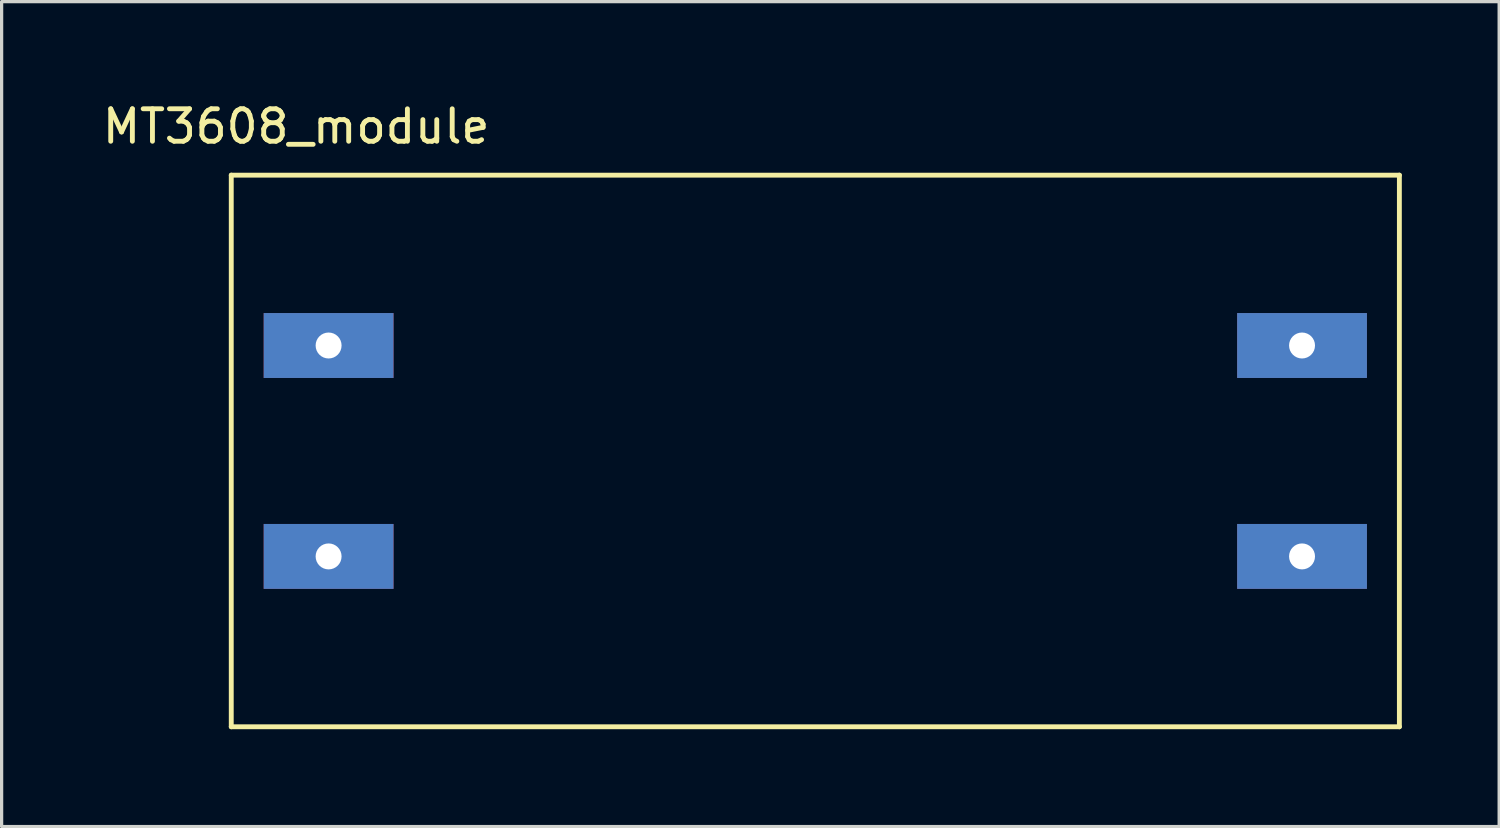
<source format=kicad_pcb>
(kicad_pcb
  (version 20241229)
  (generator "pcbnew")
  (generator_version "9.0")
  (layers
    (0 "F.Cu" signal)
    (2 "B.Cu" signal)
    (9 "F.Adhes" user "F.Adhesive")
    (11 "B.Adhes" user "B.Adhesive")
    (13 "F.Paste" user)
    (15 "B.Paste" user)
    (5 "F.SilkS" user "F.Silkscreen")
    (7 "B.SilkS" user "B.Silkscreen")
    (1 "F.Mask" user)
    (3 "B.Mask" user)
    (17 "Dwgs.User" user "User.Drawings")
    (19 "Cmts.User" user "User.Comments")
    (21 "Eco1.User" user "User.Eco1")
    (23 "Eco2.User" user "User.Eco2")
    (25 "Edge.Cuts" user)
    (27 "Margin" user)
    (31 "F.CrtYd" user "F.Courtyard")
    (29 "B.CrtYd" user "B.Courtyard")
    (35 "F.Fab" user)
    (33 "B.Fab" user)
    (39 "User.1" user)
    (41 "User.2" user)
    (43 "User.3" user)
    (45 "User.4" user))
  (footprint "MT3608_module"
    (layer "F.Cu")
    (at 22.077 10.848)
    (property "Reference" "MT3608_module" (at -16 -10 0) (layer "F.SilkS") (effects (font (size 1 1) (thickness 0.15))))
    (attr through_hole)
    (fp_line (start -18 -8.5) (end -18 8.5) (stroke (width 0.15) (type solid)) (layer "F.SilkS"))
    (fp_line (start -18 8.5) (end 18 8.5) (stroke (width 0.15) (type solid)) (layer "F.SilkS"))
    (fp_line (start 18 -8.5) (end -18 -8.5) (stroke (width 0.15) (type solid)) (layer "F.SilkS"))
    (fp_line (start 18 8.5) (end 18 -8.5) (stroke (width 0.15) (type solid)) (layer "F.SilkS"))
    (pad "1" thru_hole rect (at -15 3.25) (size 4 2) (drill 0.8) (layers "*.Cu" "*.Mask"))
    (pad "2" thru_hole rect (at -15 -3.25) (size 4 2) (drill 0.8) (layers "*.Cu" "*.Mask"))
    (pad "3" thru_hole rect (at 15 3.25) (size 4 2) (drill 0.8) (layers "*.Cu" "*.Mask"))
    (pad "4" thru_hole rect (at 15 -3.25) (size 4 2) (drill 0.8) (layers "*.Cu" "*.Mask")))
  (gr_rect
    (start -3 -3)
    (end 43.152 22.423)
    (stroke (width 0.1) (type default))
    (fill no)
    (layer "Edge.Cuts")))
</source>
